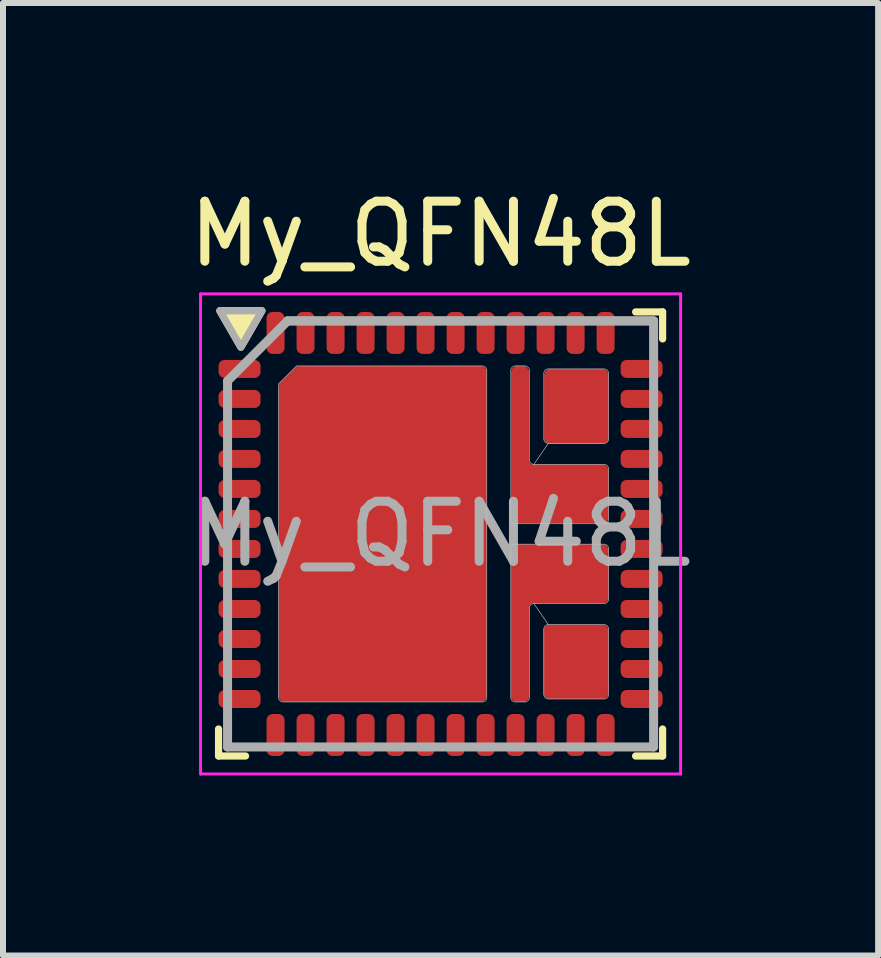
<source format=kicad_pcb>
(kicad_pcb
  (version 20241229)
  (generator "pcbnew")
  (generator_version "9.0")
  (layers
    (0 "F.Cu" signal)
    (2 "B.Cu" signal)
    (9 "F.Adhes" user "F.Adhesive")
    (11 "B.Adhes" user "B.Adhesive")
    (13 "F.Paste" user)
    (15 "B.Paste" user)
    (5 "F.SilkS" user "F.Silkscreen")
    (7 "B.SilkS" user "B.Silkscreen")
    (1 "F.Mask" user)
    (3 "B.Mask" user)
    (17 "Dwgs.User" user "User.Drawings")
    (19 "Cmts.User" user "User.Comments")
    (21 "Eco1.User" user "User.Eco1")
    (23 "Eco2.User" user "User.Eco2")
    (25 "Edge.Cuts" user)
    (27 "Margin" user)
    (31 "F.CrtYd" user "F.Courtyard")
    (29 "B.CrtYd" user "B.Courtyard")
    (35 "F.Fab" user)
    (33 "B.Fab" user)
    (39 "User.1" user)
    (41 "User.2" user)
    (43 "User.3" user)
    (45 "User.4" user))
  (footprint "My_QFN48L"
    (layer "F.Cu")
    (at 4.292 5.848)
    (property "Reference" "My_QFN48L" (at 0 -5 0) (layer "F.SilkS") (effects (font (size 1 1) (thickness 0.15))))
    (attr smd)
    (fp_line (start -3.7 3.7) (end -3.7 3.25) (stroke (width 0.12) (type default)) (layer "F.SilkS"))
    (fp_line (start -3.25 3.7) (end -3.7 3.7) (stroke (width 0.12) (type default)) (layer "F.SilkS"))
    (fp_line (start 3.25 -3.7) (end 3.7 -3.7) (stroke (width 0.12) (type default)) (layer "F.SilkS"))
    (fp_line (start 3.25 3.7) (end 3.7 3.7) (stroke (width 0.12) (type default)) (layer "F.SilkS"))
    (fp_line (start 3.7 -3.7) (end 3.7 -3.25) (stroke (width 0.12) (type default)) (layer "F.SilkS"))
    (fp_line (start 3.7 3.7) (end 3.7 3.25) (stroke (width 0.12) (type default)) (layer "F.SilkS"))
    (fp_poly (pts (xy -3.328 -3.113) (xy -2.978 -3.719) (xy -3.678 -3.719) (xy -3.328 -3.113)) (stroke (width 0.12) (type solid)) (fill yes) (layer "F.SilkS"))
    (fp_line (start -2.7 -2.5) (end -2.7 2.725) (stroke (width 0.01) (type default)) (layer "Dwgs.User"))
    (fp_line (start -2.625 2.8) (end 0.695 2.8) (stroke (width 0.01) (type default)) (layer "Dwgs.User"))
    (fp_line (start -2.4 -2.8) (end -2.7 -2.5) (stroke (width 0.01) (type default)) (layer "Dwgs.User"))
    (fp_line (start 0.695 -2.8) (end -2.4 -2.8) (stroke (width 0.01) (type default)) (layer "Dwgs.User"))
    (fp_line (start 0.77 2.725) (end 0.77 -2.725) (stroke (width 0.01) (type default)) (layer "Dwgs.User"))
    (fp_line (start 1.17 -2.725) (end 1.17 -0.245) (stroke (width 0.01) (type default)) (layer "Dwgs.User"))
    (fp_line (start 1.17 2.725) (end 1.17 0.245) (stroke (width 0.01) (type default)) (layer "Dwgs.User"))
    (fp_line (start 1.245 -0.17) (end 2.725 -0.17) (stroke (width 0.01) (type default)) (layer "Dwgs.User"))
    (fp_line (start 1.246 0.17) (end 2.725 0.17) (stroke (width 0.01) (type default)) (layer "Dwgs.User"))
    (fp_line (start 1.405 2.8) (end 1.245 2.8) (stroke (width 0.01) (type default)) (layer "Dwgs.User"))
    (fp_line (start 1.405 -2.8) (end 1.244 -2.8) (stroke (width 0.01) (type default)) (layer "Dwgs.User"))
    (fp_line (start 1.48 -1.235) (end 1.48 -2.725) (stroke (width 0.01) (type default)) (layer "Dwgs.User"))
    (fp_line (start 1.48 1.235) (end 1.48 2.725) (stroke (width 0.01) (type default)) (layer "Dwgs.User"))
    (fp_line (start 1.554 1.16) (end 1.795 1.51) (stroke (width 0.01) (type default)) (layer "Dwgs.User"))
    (fp_line (start 1.555 -1.16) (end 1.795 -1.51) (stroke (width 0.01) (type default)) (layer "Dwgs.User"))
    (fp_line (start 1.72 -2.675) (end 1.72 -1.585) (stroke (width 0.01) (type default)) (layer "Dwgs.User"))
    (fp_line (start 1.72 2.675) (end 1.72 1.585) (stroke (width 0.01) (type default)) (layer "Dwgs.User"))
    (fp_line (start 1.795 -1.51) (end 2.725 -1.51) (stroke (width 0.01) (type default)) (layer "Dwgs.User"))
    (fp_line (start 1.795 1.51) (end 2.725 1.51) (stroke (width 0.01) (type default)) (layer "Dwgs.User"))
    (fp_line (start 2.725 1.16) (end 1.554 1.16) (stroke (width 0.01) (type default)) (layer "Dwgs.User"))
    (fp_line (start 2.725 2.75) (end 1.795 2.75) (stroke (width 0.01) (type default)) (layer "Dwgs.User"))
    (fp_line (start 2.725 -2.75) (end 1.794 -2.75) (stroke (width 0.01) (type default)) (layer "Dwgs.User"))
    (fp_line (start 2.725 -1.16) (end 1.555 -1.16) (stroke (width 0.01) (type default)) (layer "Dwgs.User"))
    (fp_line (start 2.8 -1.585) (end 2.8 -2.675) (stroke (width 0.01) (type default)) (layer "Dwgs.User"))
    (fp_line (start 2.8 -0.245) (end 2.8 -1.085) (stroke (width 0.01) (type default)) (layer "Dwgs.User"))
    (fp_line (start 2.8 0.245) (end 2.8 1.085) (stroke (width 0.01) (type default)) (layer "Dwgs.User"))
    (fp_line (start 2.8 1.585) (end 2.8 2.675) (stroke (width 0.01) (type default)) (layer "Dwgs.User"))
    (fp_arc (start -2.624996 2.8) (mid -2.67803 2.778032) (end -2.7 2.724998) (stroke (width 0.01) (type default)) (layer "Dwgs.User"))
    (fp_arc (start 0.695004 -2.8) (mid 0.748036 -2.778034) (end 0.77 -2.725002) (stroke (width 0.01) (type default)) (layer "Dwgs.User"))
    (fp_arc (start 0.77 2.724998) (mid 0.748033 2.77803) (end 0.695 2.8) (stroke (width 0.01) (type default)) (layer "Dwgs.User"))
    (fp_arc (start 1.17 -2.725002) (mid 1.191607 -2.777675) (end 1.24398 -2.8) (stroke (width 0.01) (type default)) (layer "Dwgs.User"))
    (fp_arc (start 1.17 0.244998) (mid 1.192304 0.191628) (end 1.245952 0.17) (stroke (width 0.01) (type default)) (layer "Dwgs.User"))
    (fp_arc (start 1.245004 -0.17) (mid 1.19197 -0.191968) (end 1.17 -0.245002) (stroke (width 0.01) (type default)) (layer "Dwgs.User"))
    (fp_arc (start 1.245004 2.8) (mid 1.19197 2.778032) (end 1.17 2.724998) (stroke (width 0.01) (type default)) (layer "Dwgs.User"))
    (fp_arc (start 1.405004 -2.8) (mid 1.458036 -2.778034) (end 1.48 -2.725002) (stroke (width 0.01) (type default)) (layer "Dwgs.User"))
    (fp_arc (start 1.48 1.234998) (mid 1.501607 1.182325) (end 1.55398 1.16) (stroke (width 0.01) (type default)) (layer "Dwgs.User"))
    (fp_arc (start 1.48 2.724998) (mid 1.458033 2.77803) (end 1.405 2.8) (stroke (width 0.01) (type default)) (layer "Dwgs.User"))
    (fp_arc (start 1.555004 -1.16) (mid 1.50197 -1.181968) (end 1.48 -1.235002) (stroke (width 0.01) (type default)) (layer "Dwgs.User"))
    (fp_arc (start 1.72 -2.675002) (mid 1.741607 -2.727675) (end 1.79398 -2.75) (stroke (width 0.01) (type default)) (layer "Dwgs.User"))
    (fp_arc (start 1.72 1.584998) (mid 1.741967 1.531964) (end 1.795 1.51) (stroke (width 0.01) (type default)) (layer "Dwgs.User"))
    (fp_arc (start 1.795 -1.51) (mid 1.741968 -1.531969) (end 1.72 -1.585002) (stroke (width 0.01) (type default)) (layer "Dwgs.User"))
    (fp_arc (start 1.795004 2.75) (mid 1.74197 2.728032) (end 1.72 2.674998) (stroke (width 0.01) (type default)) (layer "Dwgs.User"))
    (fp_arc (start 2.725004 -2.75) (mid 2.778036 -2.728034) (end 2.8 -2.675002) (stroke (width 0.01) (type default)) (layer "Dwgs.User"))
    (fp_arc (start 2.725004 -1.16) (mid 2.778036 -1.138034) (end 2.8 -1.085002) (stroke (width 0.01) (type default)) (layer "Dwgs.User"))
    (fp_arc (start 2.725004 0.17) (mid 2.778036 0.191966) (end 2.8 0.244998) (stroke (width 0.01) (type default)) (layer "Dwgs.User"))
    (fp_arc (start 2.725004 1.51) (mid 2.778036 1.531966) (end 2.8 1.584998) (stroke (width 0.01) (type default)) (layer "Dwgs.User"))
    (fp_arc (start 2.8 -1.585002) (mid 2.778033 -1.53197) (end 2.725 -1.51) (stroke (width 0.01) (type default)) (layer "Dwgs.User"))
    (fp_arc (start 2.8 -0.245002) (mid 2.778033 -0.19197) (end 2.725 -0.17) (stroke (width 0.01) (type default)) (layer "Dwgs.User"))
    (fp_arc (start 2.8 1.084998) (mid 2.778033 1.13803) (end 2.725 1.16) (stroke (width 0.01) (type default)) (layer "Dwgs.User"))
    (fp_arc (start 2.8 2.674998) (mid 2.778033 2.72803) (end 2.725 2.75) (stroke (width 0.01) (type default)) (layer "Dwgs.User"))
    (fp_line (start -4 -4) (end 4 -4) (stroke (width 0.05) (type default)) (layer "F.CrtYd"))
    (fp_line (start -4 4) (end -4 -4) (stroke (width 0.05) (type default)) (layer "F.CrtYd"))
    (fp_line (start 4 -4) (end 4 4) (stroke (width 0.05) (type default)) (layer "F.CrtYd"))
    (fp_line (start 4 4) (end -4 4) (stroke (width 0.05) (type default)) (layer "F.CrtYd"))
    (fp_line (start -3.55 -2.55) (end -3.55 3.55) (stroke (width 0.15) (type default)) (layer "F.Fab"))
    (fp_line (start -3.55 3.55) (end 3.55 3.55) (stroke (width 0.15) (type default)) (layer "F.Fab"))
    (fp_line (start -2.55 -3.55) (end -3.55 -2.55) (stroke (width 0.15) (type default)) (layer "F.Fab"))
    (fp_line (start 3.55 -3.55) (end -2.55 -3.55) (stroke (width 0.15) (type default)) (layer "F.Fab"))
    (fp_line (start 3.55 -3.55) (end -2.55 -3.55) (stroke (width 0.15) (type default)) (layer "F.Fab"))
    (fp_line (start 3.55 3.55) (end 3.55 -3.55) (stroke (width 0.15) (type default)) (layer "F.Fab"))
    (fp_poly (pts (xy -3.328 -3.113) (xy -2.978 -3.719) (xy -3.678 -3.719) (xy -3.328 -3.113)) (stroke (width 0.12) (type solid)) (fill no) (layer "F.Fab"))
    (fp_text user "${REFERENCE}" (at 0 0 0) (layer "F.Fab") (effects (font (size 1 1) (thickness 0.15))))
    (pad "1" smd roundrect (at -3.35 -2.75 90) (size 0.3 0.7) (layers "F.Cu" "F.Mask" "F.Paste") (roundrect_rratio 0.333))
    (pad "2" smd roundrect (at -3.35 -2.25 90) (size 0.3 0.7) (layers "F.Cu" "F.Mask" "F.Paste") (roundrect_rratio 0.333))
    (pad "3" smd roundrect (at -3.35 -1.75 90) (size 0.3 0.7) (layers "F.Cu" "F.Mask" "F.Paste") (roundrect_rratio 0.333))
    (pad "4" smd roundrect (at -3.35 -1.25 90) (size 0.3 0.7) (layers "F.Cu" "F.Mask" "F.Paste") (roundrect_rratio 0.333))
    (pad "5" smd roundrect (at -3.35 -0.75 90) (size 0.3 0.7) (layers "F.Cu" "F.Mask" "F.Paste") (roundrect_rratio 0.333))
    (pad "6" smd roundrect (at -3.35 -0.25 90) (size 0.3 0.7) (layers "F.Cu" "F.Mask" "F.Paste") (roundrect_rratio 0.333))
    (pad "7" smd roundrect (at -3.35 0.25 90) (size 0.3 0.7) (layers "F.Cu" "F.Mask" "F.Paste") (roundrect_rratio 0.333))
    (pad "8" smd roundrect (at -3.35 0.75 90) (size 0.3 0.7) (layers "F.Cu" "F.Mask" "F.Paste") (roundrect_rratio 0.333))
    (pad "9" smd roundrect (at -3.35 1.25 90) (size 0.3 0.7) (layers "F.Cu" "F.Mask" "F.Paste") (roundrect_rratio 0.333))
    (pad "10" smd roundrect (at -3.35 1.75 90) (size 0.3 0.7) (layers "F.Cu" "F.Mask" "F.Paste") (roundrect_rratio 0.333))
    (pad "11" smd roundrect (at -3.35 2.25 90) (size 0.3 0.7) (layers "F.Cu" "F.Mask" "F.Paste") (roundrect_rratio 0.333))
    (pad "12" smd roundrect (at -3.35 2.75 90) (size 0.3 0.7) (layers "F.Cu" "F.Mask" "F.Paste") (roundrect_rratio 0.333))
    (pad "13" smd roundrect (at -2.75 3.35) (size 0.3 0.7) (layers "F.Cu" "F.Mask" "F.Paste") (roundrect_rratio 0.333))
    (pad "14" smd roundrect (at -2.25 3.35) (size 0.3 0.7) (layers "F.Cu" "F.Mask" "F.Paste") (roundrect_rratio 0.333))
    (pad "15" smd roundrect (at -1.75 3.35) (size 0.3 0.7) (layers "F.Cu" "F.Mask" "F.Paste") (roundrect_rratio 0.333))
    (pad "16" smd roundrect (at -1.25 3.35) (size 0.3 0.7) (layers "F.Cu" "F.Mask" "F.Paste") (roundrect_rratio 0.333))
    (pad "17" smd roundrect (at -0.75 3.35) (size 0.3 0.7) (layers "F.Cu" "F.Mask" "F.Paste") (roundrect_rratio 0.333))
    (pad "18" smd roundrect (at -0.25 3.35) (size 0.3 0.7) (layers "F.Cu" "F.Mask" "F.Paste") (roundrect_rratio 0.333))
    (pad "19" smd roundrect (at 0.25 3.35) (size 0.3 0.7) (layers "F.Cu" "F.Mask" "F.Paste") (roundrect_rratio 0.333))
    (pad "20" smd roundrect (at 0.75 3.35) (size 0.3 0.7) (layers "F.Cu" "F.Mask" "F.Paste") (roundrect_rratio 0.333))
    (pad "21" smd roundrect (at 1.25 3.35) (size 0.3 0.7) (layers "F.Cu" "F.Mask" "F.Paste") (roundrect_rratio 0.333))
    (pad "22" smd roundrect (at 1.75 3.35) (size 0.3 0.7) (layers "F.Cu" "F.Mask" "F.Paste") (roundrect_rratio 0.333))
    (pad "23" smd roundrect (at 2.25 3.35) (size 0.3 0.7) (layers "F.Cu" "F.Mask" "F.Paste") (roundrect_rratio 0.333))
    (pad "24" smd roundrect (at 2.75 3.35) (size 0.3 0.7) (layers "F.Cu" "F.Mask" "F.Paste") (roundrect_rratio 0.333))
    (pad "25" smd roundrect (at 3.35 2.75 90) (size 0.3 0.7) (layers "F.Cu" "F.Mask" "F.Paste") (roundrect_rratio 0.333))
    (pad "26" smd roundrect (at 3.35 2.25 90) (size 0.3 0.7) (layers "F.Cu" "F.Mask" "F.Paste") (roundrect_rratio 0.333))
    (pad "27" smd roundrect (at 3.35 1.75 90) (size 0.3 0.7) (layers "F.Cu" "F.Mask" "F.Paste") (roundrect_rratio 0.333))
    (pad "28" smd roundrect (at 3.35 1.25 90) (size 0.3 0.7) (layers "F.Cu" "F.Mask" "F.Paste") (roundrect_rratio 0.333))
    (pad "29" smd roundrect (at 3.35 0.75 90) (size 0.3 0.7) (layers "F.Cu" "F.Mask" "F.Paste") (roundrect_rratio 0.333))
    (pad "30" smd roundrect (at 3.35 0.25 90) (size 0.3 0.7) (layers "F.Cu" "F.Mask" "F.Paste") (roundrect_rratio 0.333))
    (pad "31" smd roundrect (at 3.35 -0.25 90) (size 0.3 0.7) (layers "F.Cu" "F.Mask" "F.Paste") (roundrect_rratio 0.333))
    (pad "32" smd roundrect (at 3.35 -0.75 90) (size 0.3 0.7) (layers "F.Cu" "F.Mask" "F.Paste") (roundrect_rratio 0.333))
    (pad "33" smd roundrect (at 3.35 -1.25 90) (size 0.3 0.7) (layers "F.Cu" "F.Mask" "F.Paste") (roundrect_rratio 0.333))
    (pad "34" smd roundrect (at 3.35 -1.75 90) (size 0.3 0.7) (layers "F.Cu" "F.Mask" "F.Paste") (roundrect_rratio 0.333))
    (pad "35" smd roundrect (at 3.35 -2.25 90) (size 0.3 0.7) (layers "F.Cu" "F.Mask" "F.Paste") (roundrect_rratio 0.333))
    (pad "36" smd roundrect (at 3.35 -2.75 90) (size 0.3 0.7) (layers "F.Cu" "F.Mask" "F.Paste") (roundrect_rratio 0.333))
    (pad "37" smd roundrect (at 2.75 -3.35) (size 0.3 0.7) (layers "F.Cu" "F.Mask" "F.Paste") (roundrect_rratio 0.333))
    (pad "38" smd roundrect (at 2.25 -3.35) (size 0.3 0.7) (layers "F.Cu" "F.Mask" "F.Paste") (roundrect_rratio 0.333))
    (pad "39" smd roundrect (at 1.75 -3.35) (size 0.3 0.7) (layers "F.Cu" "F.Mask" "F.Paste") (roundrect_rratio 0.333))
    (pad "40" smd roundrect (at 1.25 -3.35) (size 0.3 0.7) (layers "F.Cu" "F.Mask" "F.Paste") (roundrect_rratio 0.333))
    (pad "41" smd roundrect (at 0.75 -3.35) (size 0.3 0.7) (layers "F.Cu" "F.Mask" "F.Paste") (roundrect_rratio 0.333))
    (pad "42" smd roundrect (at 0.25 -3.35) (size 0.3 0.7) (layers "F.Cu" "F.Mask" "F.Paste") (roundrect_rratio 0.333))
    (pad "43" smd roundrect (at -0.25 -3.35) (size 0.3 0.7) (layers "F.Cu" "F.Mask" "F.Paste") (roundrect_rratio 0.333))
    (pad "44" smd roundrect (at -0.75 -3.35) (size 0.3 0.7) (layers "F.Cu" "F.Mask" "F.Paste") (roundrect_rratio 0.333))
    (pad "45" smd roundrect (at -1.25 -3.35) (size 0.3 0.7) (layers "F.Cu" "F.Mask" "F.Paste") (roundrect_rratio 0.333))
    (pad "46" smd roundrect (at -1.75 -3.35) (size 0.3 0.7) (layers "F.Cu" "F.Mask" "F.Paste") (roundrect_rratio 0.333))
    (pad "47" smd roundrect (at -2.25 -3.35) (size 0.3 0.7) (layers "F.Cu" "F.Mask" "F.Paste") (roundrect_rratio 0.333))
    (pad "48" smd roundrect (at -2.75 -3.35) (size 0.3 0.7) (layers "F.Cu" "F.Mask" "F.Paste") (roundrect_rratio 0.333))
    (pad "49" smd custom (at -0.93 -0.375) (size 1.524 1.524) (layers "F.Cu" "F.Mask" "F.Paste") (options (anchor circle)) (primitives (gr_poly (pts (xy -1.148 0.209) (xy -1.132 0.1) (xy -1.077 -0.012) (xy -0.988 -0.101) (xy -0.876 -0.156) (xy -0.767 -0.172) (xy 0.757 -0.172) (xy 0.866 -0.156) (xy 0.978 -0.101) (xy 1.067 -0.012) (xy 1.122 0.1) (xy 1.138 0.209) (xy 1.138 0.971) (xy 1.122 1.08) (xy 1.067 1.192) (xy 0.978 1.281) (xy 0.866 1.336) (xy 0.757 1.352) (xy -0.767 1.352) (xy -0.876 1.336) (xy -0.988 1.281) (xy -1.077 1.192) (xy -1.132 1.08) (xy -1.148 0.971)) (width 0) (fill yes)) (gr_line (start 0 0) (end 0.025 -0.565) (width 0.2)) (gr_poly (pts (xy -1.67 3.075) (xy -1.67 -2.085) (xy -1.43 -2.325) (xy 1.6 -2.325) (xy 1.6 3.075)) (width 0.2) (fill yes))))
    (pad "50" smd custom (at 2.215 -2.25) (size 0.557 0.557) (layers "F.Cu" "F.Mask" "F.Paste") (options (anchor circle)) (primitives (gr_poly (pts (xy -0.344 -0.139) (xy -0.333 -0.193) (xy -0.303 -0.238) (xy -0.258 -0.268) (xy -0.205 -0.279) (xy 0.205 -0.279) (xy 0.258 -0.268) (xy 0.303 -0.238) (xy 0.333 -0.193) (xy 0.344 -0.139) (xy 0.344 0.139) (xy 0.333 0.193) (xy 0.303 0.238) (xy 0.258 0.268) (xy 0.205 0.279) (xy -0.205 0.279) (xy -0.258 0.268) (xy -0.303 0.238) (xy -0.333 0.193) (xy -0.344 0.139)) (width 0) (fill yes)) (gr_poly (pts (xy -0.39 -0.4) (xy -0.39 0.65) (xy 0.485 0.65) (xy 0.485 -0.4)) (width 0.2) (fill yes))))
    (pad "51" smd custom (at 2.065 -0.63) (size 0.716 0.716) (layers "F.Cu" "F.Mask" "F.Paste") (options (anchor circle)) (primitives (gr_poly (pts (xy -0.79 -2.07) (xy -0.69 -2.07) (xy -0.69 -0.43) (xy 0.635 -0.43) (xy 0.635 0.355) (xy -0.79 0.355)) (width 0.2) (fill yes)) (gr_arc (start -0.531937 -0.48) (mid -0.60999 -0.51353) (end -0.639453 -0.593205) (width 0.1)) (gr_poly (pts (xy -0.591 -0.179) (xy -0.577 -0.247) (xy -0.538 -0.306) (xy -0.48 -0.344) (xy -0.412 -0.358) (xy 0.412 -0.358) (xy 0.48 -0.344) (xy 0.538 -0.306) (xy 0.577 -0.247) (xy 0.591 -0.179) (xy 0.591 0.179) (xy 0.577 0.247) (xy 0.538 0.306) (xy 0.48 0.344) (xy 0.412 0.358) (xy -0.412 0.358) (xy -0.48 0.344) (xy -0.538 0.306) (xy -0.577 0.247) (xy -0.591 0.179)) (width 0) (fill yes))))
    (pad "52" smd custom (at 2.07 0.61) (size 0.707 0.707) (layers "F.Cu" "F.Mask" "F.Paste") (options (anchor circle)) (primitives (gr_poly (pts (xy -0.439 -0.177) (xy -0.426 -0.244) (xy -0.387 -0.302) (xy -0.33 -0.34) (xy -0.262 -0.353) (xy 0.262 -0.353) (xy 0.33 -0.34) (xy 0.387 -0.302) (xy 0.426 -0.244) (xy 0.439 -0.177) (xy 0.439 0.177) (xy 0.426 0.244) (xy 0.387 0.302) (xy 0.33 0.34) (xy 0.262 0.353) (xy -0.262 0.353) (xy -0.33 0.34) (xy -0.387 0.302) (xy -0.426 0.244) (xy -0.439 0.177)) (width 0) (fill yes)) (gr_poly (pts (xy -0.8 2.09) (xy -0.8 -0.34) (xy 0.63 -0.34) (xy 0.63 0.45) (xy -0.69 0.45) (xy -0.69 2.09)) (width 0.2) (fill yes)) (gr_arc (start -0.64 0.60694) (mid -0.608287 0.530162) (end -0.530493 0.500979) (width 0.1))))
    (pad "53" smd custom (at 2.26 2.13) (size 0.772 0.772) (layers "F.Cu" "F.Mask" "F.Paste") (options (anchor circle)) (primitives (gr_poly (pts (xy -0.491 -0.193) (xy -0.477 -0.267) (xy -0.435 -0.329) (xy -0.372 -0.371) (xy -0.298 -0.386) (xy 0.298 -0.386) (xy 0.372 -0.371) (xy 0.435 -0.329) (xy 0.477 -0.267) (xy 0.491 -0.193) (xy 0.491 0.193) (xy 0.477 0.267) (xy 0.435 0.329) (xy 0.372 0.371) (xy 0.298 0.386) (xy -0.298 0.386) (xy -0.372 0.371) (xy -0.435 0.329) (xy -0.477 0.267) (xy -0.491 0.193)) (width 0) (fill yes)) (gr_poly (pts (xy -0.445 0.52) (xy -0.445 -0.52) (xy 0.44 -0.52) (xy 0.44 0.52)) (width 0.2) (fill yes)))))
  (gr_rect
    (start -3 -3)
    (end 11.583 12.873)
    (stroke (width 0.1) (type default))
    (fill no)
    (layer "Edge.Cuts")))
</source>
